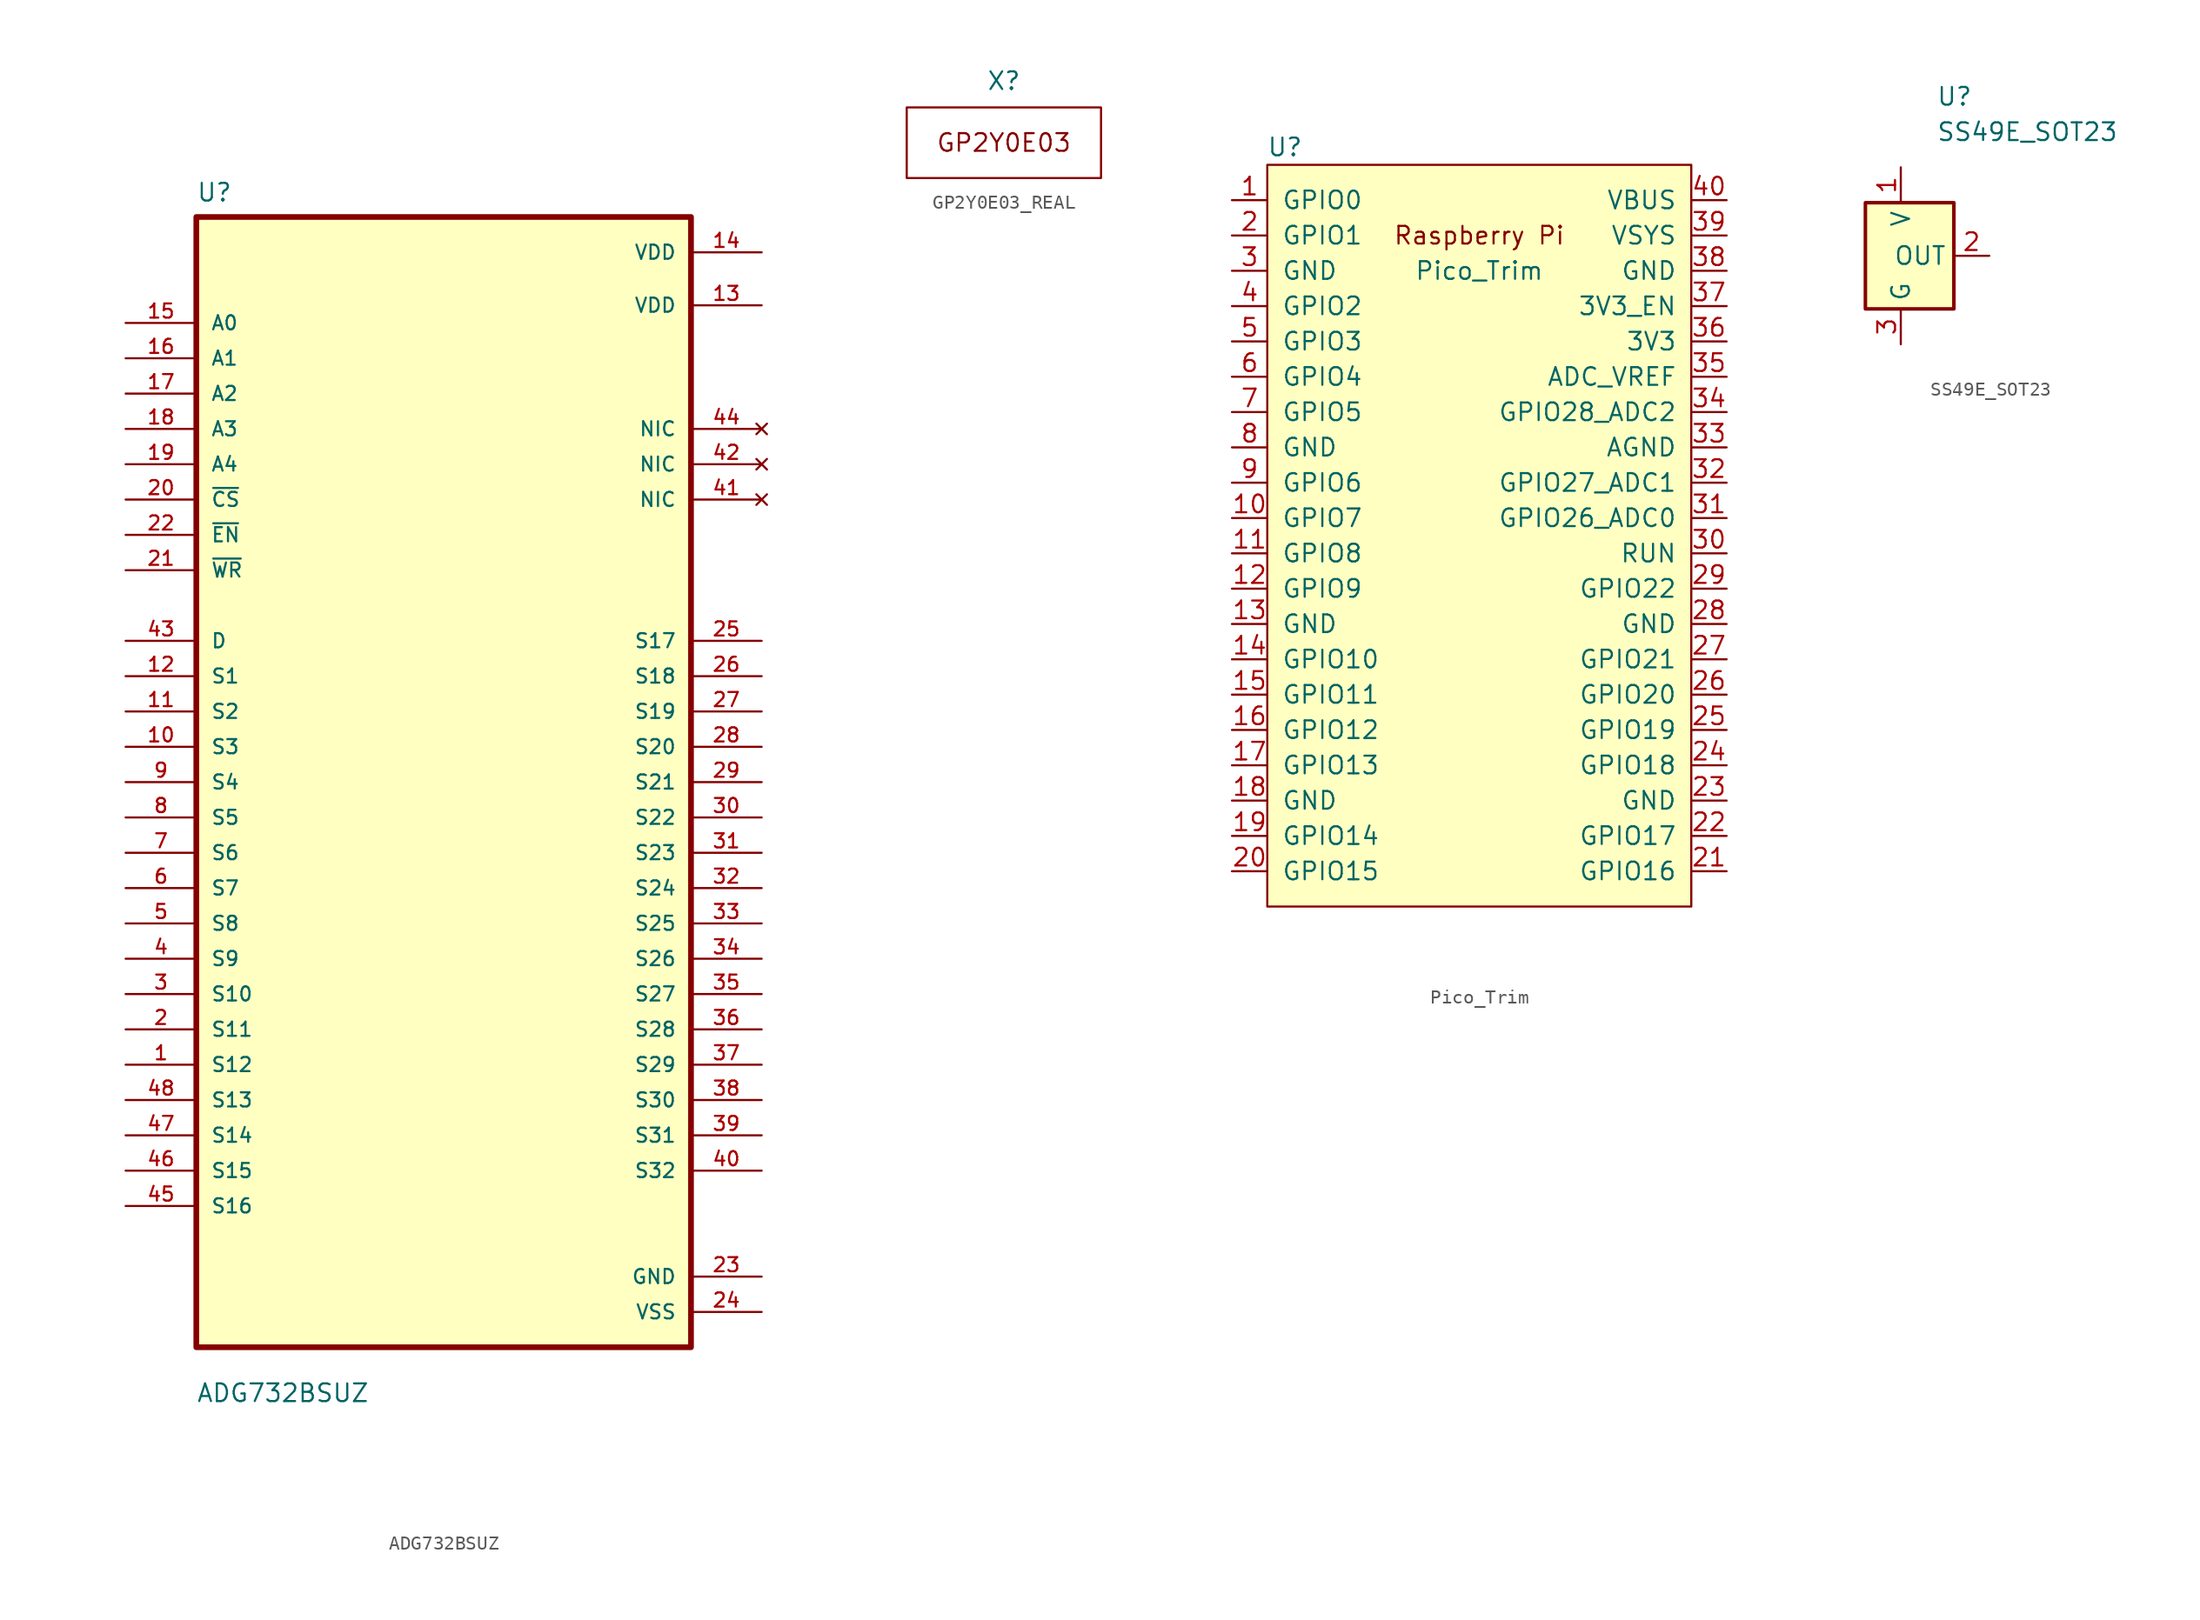
<source format=kicad_sym>
(kicad_symbol_lib
  (version 20231120)
  (generator "kicad_symbol_editor")
  (generator_version "8.0")
  (symbol "ADG732BSUZ"
    (pin_names
      (offset 1.016))
    (property "Reference" "U"
      (at -17.79 41.661 0)
      (effects (font (size 1.27 1.27)) (justify left bottom)))
    (property "Value" "ADG732BSUZ"
      (at -17.793 -44.672 0)
      (effects (font (size 1.27 1.27)) (justify left bottom)))
    (symbol "ADG732BSUZ_0_0"
      (rectangle (start -17.78 -40.64) (end 17.78 40.64) (stroke (width 0.41) (type default)) (fill (type background)))
      (pin bidirectional line (at -22.86 -20.32 0) (length 5.08) (name "S12" (effects (font (size 1.016 1.016)))) (number "1" (effects (font (size 1.016 1.016)))))
      (pin bidirectional line (at -22.86 2.54 0) (length 5.08) (name "S3" (effects (font (size 1.016 1.016)))) (number "10" (effects (font (size 1.016 1.016)))))
      (pin bidirectional line (at -22.86 5.08 0) (length 5.08) (name "S2" (effects (font (size 1.016 1.016)))) (number "11" (effects (font (size 1.016 1.016)))))
      (pin bidirectional line (at -22.86 7.62 0) (length 5.08) (name "S1" (effects (font (size 1.016 1.016)))) (number "12" (effects (font (size 1.016 1.016)))))
      (pin power_in line (at 22.86 34.29 180) (length 5.08) (name "VDD" (effects (font (size 1.016 1.016)))) (number "13" (effects (font (size 1.016 1.016)))))
      (pin power_in line (at 22.86 38.1 180) (length 5.08) (name "VDD" (effects (font (size 1.016 1.016)))) (number "14" (effects (font (size 1.016 1.016)))))
      (pin input line (at -22.86 33.02 0) (length 5.08) (name "A0" (effects (font (size 1.016 1.016)))) (number "15" (effects (font (size 1.016 1.016)))))
      (pin input line (at -22.86 30.48 0) (length 5.08) (name "A1" (effects (font (size 1.016 1.016)))) (number "16" (effects (font (size 1.016 1.016)))))
      (pin input line (at -22.86 27.94 0) (length 5.08) (name "A2" (effects (font (size 1.016 1.016)))) (number "17" (effects (font (size 1.016 1.016)))))
      (pin input line (at -22.86 25.4 0) (length 5.08) (name "A3" (effects (font (size 1.016 1.016)))) (number "18" (effects (font (size 1.016 1.016)))))
      (pin input line (at -22.86 22.86 0) (length 5.08) (name "A4" (effects (font (size 1.016 1.016)))) (number "19" (effects (font (size 1.016 1.016)))))
      (pin bidirectional line (at -22.86 -17.78 0) (length 5.08) (name "S11" (effects (font (size 1.016 1.016)))) (number "2" (effects (font (size 1.016 1.016)))))
      (pin input line (at -22.86 20.32 0) (length 5.08) (name "~{CS}" (effects (font (size 1.016 1.016)))) (number "20" (effects (font (size 1.016 1.016)))))
      (pin input line (at -22.86 15.24 0) (length 5.08) (name "~{WR}" (effects (font (size 1.016 1.016)))) (number "21" (effects (font (size 1.016 1.016)))))
      (pin input line (at -22.86 17.78 0) (length 5.08) (name "~{EN}" (effects (font (size 1.016 1.016)))) (number "22" (effects (font (size 1.016 1.016)))))
      (pin power_in line (at 22.86 -35.56 180) (length 5.08) (name "GND" (effects (font (size 1.016 1.016)))) (number "23" (effects (font (size 1.016 1.016)))))
      (pin power_in line (at 22.86 -38.1 180) (length 5.08) (name "VSS" (effects (font (size 1.016 1.016)))) (number "24" (effects (font (size 1.016 1.016)))))
      (pin bidirectional line (at 22.86 10.16 180) (length 5.08) (name "S17" (effects (font (size 1.016 1.016)))) (number "25" (effects (font (size 1.016 1.016)))))
      (pin bidirectional line (at 22.86 7.62 180) (length 5.08) (name "S18" (effects (font (size 1.016 1.016)))) (number "26" (effects (font (size 1.016 1.016)))))
      (pin bidirectional line (at 22.86 5.08 180) (length 5.08) (name "S19" (effects (font (size 1.016 1.016)))) (number "27" (effects (font (size 1.016 1.016)))))
      (pin bidirectional line (at 22.86 2.54 180) (length 5.08) (name "S20" (effects (font (size 1.016 1.016)))) (number "28" (effects (font (size 1.016 1.016)))))
      (pin bidirectional line (at 22.86 0 180) (length 5.08) (name "S21" (effects (font (size 1.016 1.016)))) (number "29" (effects (font (size 1.016 1.016)))))
      (pin bidirectional line (at -22.86 -15.24 0) (length 5.08) (name "S10" (effects (font (size 1.016 1.016)))) (number "3" (effects (font (size 1.016 1.016)))))
      (pin bidirectional line (at 22.86 -2.54 180) (length 5.08) (name "S22" (effects (font (size 1.016 1.016)))) (number "30" (effects (font (size 1.016 1.016)))))
      (pin bidirectional line (at 22.86 -5.08 180) (length 5.08) (name "S23" (effects (font (size 1.016 1.016)))) (number "31" (effects (font (size 1.016 1.016)))))
      (pin bidirectional line (at 22.86 -7.62 180) (length 5.08) (name "S24" (effects (font (size 1.016 1.016)))) (number "32" (effects (font (size 1.016 1.016)))))
      (pin bidirectional line (at 22.86 -10.16 180) (length 5.08) (name "S25" (effects (font (size 1.016 1.016)))) (number "33" (effects (font (size 1.016 1.016)))))
      (pin bidirectional line (at 22.86 -12.7 180) (length 5.08) (name "S26" (effects (font (size 1.016 1.016)))) (number "34" (effects (font (size 1.016 1.016)))))
      (pin bidirectional line (at 22.86 -15.24 180) (length 5.08) (name "S27" (effects (font (size 1.016 1.016)))) (number "35" (effects (font (size 1.016 1.016)))))
      (pin bidirectional line (at 22.86 -17.78 180) (length 5.08) (name "S28" (effects (font (size 1.016 1.016)))) (number "36" (effects (font (size 1.016 1.016)))))
      (pin bidirectional line (at 22.86 -20.32 180) (length 5.08) (name "S29" (effects (font (size 1.016 1.016)))) (number "37" (effects (font (size 1.016 1.016)))))
      (pin bidirectional line (at 22.86 -22.86 180) (length 5.08) (name "S30" (effects (font (size 1.016 1.016)))) (number "38" (effects (font (size 1.016 1.016)))))
      (pin bidirectional line (at 22.86 -25.4 180) (length 5.08) (name "S31" (effects (font (size 1.016 1.016)))) (number "39" (effects (font (size 1.016 1.016)))))
      (pin bidirectional line (at -22.86 -12.7 0) (length 5.08) (name "S9" (effects (font (size 1.016 1.016)))) (number "4" (effects (font (size 1.016 1.016)))))
      (pin bidirectional line (at 22.86 -27.94 180) (length 5.08) (name "S32" (effects (font (size 1.016 1.016)))) (number "40" (effects (font (size 1.016 1.016)))))
      (pin bidirectional line (at -22.86 10.16 0) (length 5.08) (name "D" (effects (font (size 1.016 1.016)))) (number "43" (effects (font (size 1.016 1.016)))))
      (pin bidirectional line (at -22.86 -30.48 0) (length 5.08) (name "S16" (effects (font (size 1.016 1.016)))) (number "45" (effects (font (size 1.016 1.016)))))
      (pin bidirectional line (at -22.86 -27.94 0) (length 5.08) (name "S15" (effects (font (size 1.016 1.016)))) (number "46" (effects (font (size 1.016 1.016)))))
      (pin bidirectional line (at -22.86 -25.4 0) (length 5.08) (name "S14" (effects (font (size 1.016 1.016)))) (number "47" (effects (font (size 1.016 1.016)))))
      (pin bidirectional line (at -22.86 -22.86 0) (length 5.08) (name "S13" (effects (font (size 1.016 1.016)))) (number "48" (effects (font (size 1.016 1.016)))))
      (pin bidirectional line (at -22.86 -10.16 0) (length 5.08) (name "S8" (effects (font (size 1.016 1.016)))) (number "5" (effects (font (size 1.016 1.016)))))
      (pin bidirectional line (at -22.86 -7.62 0) (length 5.08) (name "S7" (effects (font (size 1.016 1.016)))) (number "6" (effects (font (size 1.016 1.016)))))
      (pin bidirectional line (at -22.86 -5.08 0) (length 5.08) (name "S6" (effects (font (size 1.016 1.016)))) (number "7" (effects (font (size 1.016 1.016)))))
      (pin bidirectional line (at -22.86 -2.54 0) (length 5.08) (name "S5" (effects (font (size 1.016 1.016)))) (number "8" (effects (font (size 1.016 1.016)))))
      (pin bidirectional line (at -22.86 0 0) (length 5.08) (name "S4" (effects (font (size 1.016 1.016)))) (number "9" (effects (font (size 1.016 1.016))))))
    (symbol "ADG732BSUZ_1_0"
      (pin no_connect line (at 22.86 20.32 180) (length 5.08) (name "NIC" (effects (font (size 1.016 1.016)))) (number "41" (effects (font (size 1.016 1.016)))))
      (pin no_connect line (at 22.86 22.86 180) (length 5.08) (name "NIC" (effects (font (size 1.016 1.016)))) (number "42" (effects (font (size 1.016 1.016)))))
      (pin no_connect line (at 22.86 25.4 180) (length 5.08) (name "NIC" (effects (font (size 1.016 1.016)))) (number "44" (effects (font (size 1.016 1.016)))))))
  (symbol "GP2Y0E03_REAL"
    (property "Reference" "X"
      (at 0 0 0)
      (effects (font (size 1.27 1.27))))
    (symbol "GP2Y0E03_REAL_0_0"
      (rectangle (start -6.985 -1.905) (end 6.985 -6.985) (stroke (width 0) (type default)) (fill (type none)))
      (text "GP2Y0E03" (at 0 -4.445 0) (effects (font (size 1.27 1.27))))))
  (symbol "Pico_Trim"
    (pin_names
      (offset 1.016))
    (property "Reference" "U"
      (at -13.97 27.94 0)
      (effects (font (size 1.27 1.27))))
    (property "Value" "Pico_Trim"
      (at 0 19.05 0)
      (effects (font (size 1.27 1.27))))
    (symbol "Pico_Trim_0_0"
      (text "Raspberry Pi" (at 0 21.59 0) (effects (font (size 1.27 1.27)))))
    (symbol "Pico_Trim_0_1"
      (rectangle (start -15.24 26.67) (end 15.24 -26.67) (stroke (width 0) (type default)) (fill (type background))))
    (symbol "Pico_Trim_1_1"
      (pin bidirectional line (at -17.78 24.13 0) (length 2.54) (name "GPIO0" (effects (font (size 1.27 1.27)))) (number "1" (effects (font (size 1.27 1.27)))))
      (pin bidirectional line (at -17.78 1.27 0) (length 2.54) (name "GPIO7" (effects (font (size 1.27 1.27)))) (number "10" (effects (font (size 1.27 1.27)))))
      (pin bidirectional line (at -17.78 -1.27 0) (length 2.54) (name "GPIO8" (effects (font (size 1.27 1.27)))) (number "11" (effects (font (size 1.27 1.27)))))
      (pin bidirectional line (at -17.78 -3.81 0) (length 2.54) (name "GPIO9" (effects (font (size 1.27 1.27)))) (number "12" (effects (font (size 1.27 1.27)))))
      (pin power_in line (at -17.78 -6.35 0) (length 2.54) (name "GND" (effects (font (size 1.27 1.27)))) (number "13" (effects (font (size 1.27 1.27)))))
      (pin bidirectional line (at -17.78 -8.89 0) (length 2.54) (name "GPIO10" (effects (font (size 1.27 1.27)))) (number "14" (effects (font (size 1.27 1.27)))))
      (pin bidirectional line (at -17.78 -11.43 0) (length 2.54) (name "GPIO11" (effects (font (size 1.27 1.27)))) (number "15" (effects (font (size 1.27 1.27)))))
      (pin bidirectional line (at -17.78 -13.97 0) (length 2.54) (name "GPIO12" (effects (font (size 1.27 1.27)))) (number "16" (effects (font (size 1.27 1.27)))))
      (pin bidirectional line (at -17.78 -16.51 0) (length 2.54) (name "GPIO13" (effects (font (size 1.27 1.27)))) (number "17" (effects (font (size 1.27 1.27)))))
      (pin power_in line (at -17.78 -19.05 0) (length 2.54) (name "GND" (effects (font (size 1.27 1.27)))) (number "18" (effects (font (size 1.27 1.27)))))
      (pin bidirectional line (at -17.78 -21.59 0) (length 2.54) (name "GPIO14" (effects (font (size 1.27 1.27)))) (number "19" (effects (font (size 1.27 1.27)))))
      (pin bidirectional line (at -17.78 21.59 0) (length 2.54) (name "GPIO1" (effects (font (size 1.27 1.27)))) (number "2" (effects (font (size 1.27 1.27)))))
      (pin bidirectional line (at -17.78 -24.13 0) (length 2.54) (name "GPIO15" (effects (font (size 1.27 1.27)))) (number "20" (effects (font (size 1.27 1.27)))))
      (pin bidirectional line (at 17.78 -24.13 180) (length 2.54) (name "GPIO16" (effects (font (size 1.27 1.27)))) (number "21" (effects (font (size 1.27 1.27)))))
      (pin bidirectional line (at 17.78 -21.59 180) (length 2.54) (name "GPIO17" (effects (font (size 1.27 1.27)))) (number "22" (effects (font (size 1.27 1.27)))))
      (pin power_in line (at 17.78 -19.05 180) (length 2.54) (name "GND" (effects (font (size 1.27 1.27)))) (number "23" (effects (font (size 1.27 1.27)))))
      (pin bidirectional line (at 17.78 -16.51 180) (length 2.54) (name "GPIO18" (effects (font (size 1.27 1.27)))) (number "24" (effects (font (size 1.27 1.27)))))
      (pin bidirectional line (at 17.78 -13.97 180) (length 2.54) (name "GPIO19" (effects (font (size 1.27 1.27)))) (number "25" (effects (font (size 1.27 1.27)))))
      (pin bidirectional line (at 17.78 -11.43 180) (length 2.54) (name "GPIO20" (effects (font (size 1.27 1.27)))) (number "26" (effects (font (size 1.27 1.27)))))
      (pin bidirectional line (at 17.78 -8.89 180) (length 2.54) (name "GPIO21" (effects (font (size 1.27 1.27)))) (number "27" (effects (font (size 1.27 1.27)))))
      (pin power_in line (at 17.78 -6.35 180) (length 2.54) (name "GND" (effects (font (size 1.27 1.27)))) (number "28" (effects (font (size 1.27 1.27)))))
      (pin bidirectional line (at 17.78 -3.81 180) (length 2.54) (name "GPIO22" (effects (font (size 1.27 1.27)))) (number "29" (effects (font (size 1.27 1.27)))))
      (pin power_in line (at -17.78 19.05 0) (length 2.54) (name "GND" (effects (font (size 1.27 1.27)))) (number "3" (effects (font (size 1.27 1.27)))))
      (pin input line (at 17.78 -1.27 180) (length 2.54) (name "RUN" (effects (font (size 1.27 1.27)))) (number "30" (effects (font (size 1.27 1.27)))))
      (pin bidirectional line (at 17.78 1.27 180) (length 2.54) (name "GPIO26_ADC0" (effects (font (size 1.27 1.27)))) (number "31" (effects (font (size 1.27 1.27)))))
      (pin bidirectional line (at 17.78 3.81 180) (length 2.54) (name "GPIO27_ADC1" (effects (font (size 1.27 1.27)))) (number "32" (effects (font (size 1.27 1.27)))))
      (pin power_in line (at 17.78 6.35 180) (length 2.54) (name "AGND" (effects (font (size 1.27 1.27)))) (number "33" (effects (font (size 1.27 1.27)))))
      (pin bidirectional line (at 17.78 8.89 180) (length 2.54) (name "GPIO28_ADC2" (effects (font (size 1.27 1.27)))) (number "34" (effects (font (size 1.27 1.27)))))
      (pin unspecified line (at 17.78 11.43 180) (length 2.54) (name "ADC_VREF" (effects (font (size 1.27 1.27)))) (number "35" (effects (font (size 1.27 1.27)))))
      (pin unspecified line (at 17.78 13.97 180) (length 2.54) (name "3V3" (effects (font (size 1.27 1.27)))) (number "36" (effects (font (size 1.27 1.27)))))
      (pin input line (at 17.78 16.51 180) (length 2.54) (name "3V3_EN" (effects (font (size 1.27 1.27)))) (number "37" (effects (font (size 1.27 1.27)))))
      (pin bidirectional line (at 17.78 19.05 180) (length 2.54) (name "GND" (effects (font (size 1.27 1.27)))) (number "38" (effects (font (size 1.27 1.27)))))
      (pin unspecified line (at 17.78 21.59 180) (length 2.54) (name "VSYS" (effects (font (size 1.27 1.27)))) (number "39" (effects (font (size 1.27 1.27)))))
      (pin bidirectional line (at -17.78 16.51 0) (length 2.54) (name "GPIO2" (effects (font (size 1.27 1.27)))) (number "4" (effects (font (size 1.27 1.27)))))
      (pin unspecified line (at 17.78 24.13 180) (length 2.54) (name "VBUS" (effects (font (size 1.27 1.27)))) (number "40" (effects (font (size 1.27 1.27)))))
      (pin bidirectional line (at -17.78 13.97 0) (length 2.54) (name "GPIO3" (effects (font (size 1.27 1.27)))) (number "5" (effects (font (size 1.27 1.27)))))
      (pin bidirectional line (at -17.78 11.43 0) (length 2.54) (name "GPIO4" (effects (font (size 1.27 1.27)))) (number "6" (effects (font (size 1.27 1.27)))))
      (pin bidirectional line (at -17.78 8.89 0) (length 2.54) (name "GPIO5" (effects (font (size 1.27 1.27)))) (number "7" (effects (font (size 1.27 1.27)))))
      (pin power_in line (at -17.78 6.35 0) (length 2.54) (name "GND" (effects (font (size 1.27 1.27)))) (number "8" (effects (font (size 1.27 1.27)))))
      (pin bidirectional line (at -17.78 3.81 0) (length 2.54) (name "GPIO6" (effects (font (size 1.27 1.27)))) (number "9" (effects (font (size 1.27 1.27)))))))
  (symbol "SS49E_SOT23"
    (property "Reference" "U"
      (at 2.54 11.43 0)
      (effects (font (size 1.27 1.27)) (justify left)))
    (property "Value" "SS49E_SOT23"
      (at 2.54 8.89 0)
      (effects (font (size 1.27 1.27)) (justify left)))
    (symbol "SS49E_SOT23_0_1"
      (rectangle (start -2.54 3.81) (end 3.81 -3.81) (stroke (width 0.254) (type default)) (fill (type background))))
    (symbol "SS49E_SOT23_1_1"
      (pin power_in line (at 0 6.35 270) (length 2.54) (name "V" (effects (font (size 1.27 1.27)))) (number "1" (effects (font (size 1.27 1.27)))))
      (pin output line (at 6.35 0 180) (length 2.54) (name "OUT" (effects (font (size 1.27 1.27)))) (number "2" (effects (font (size 1.27 1.27)))))
      (pin power_in line (at 0 -6.35 90) (length 2.54) (name "G" (effects (font (size 1.27 1.27)))) (number "3" (effects (font (size 1.27 1.27))))))))
</source>
